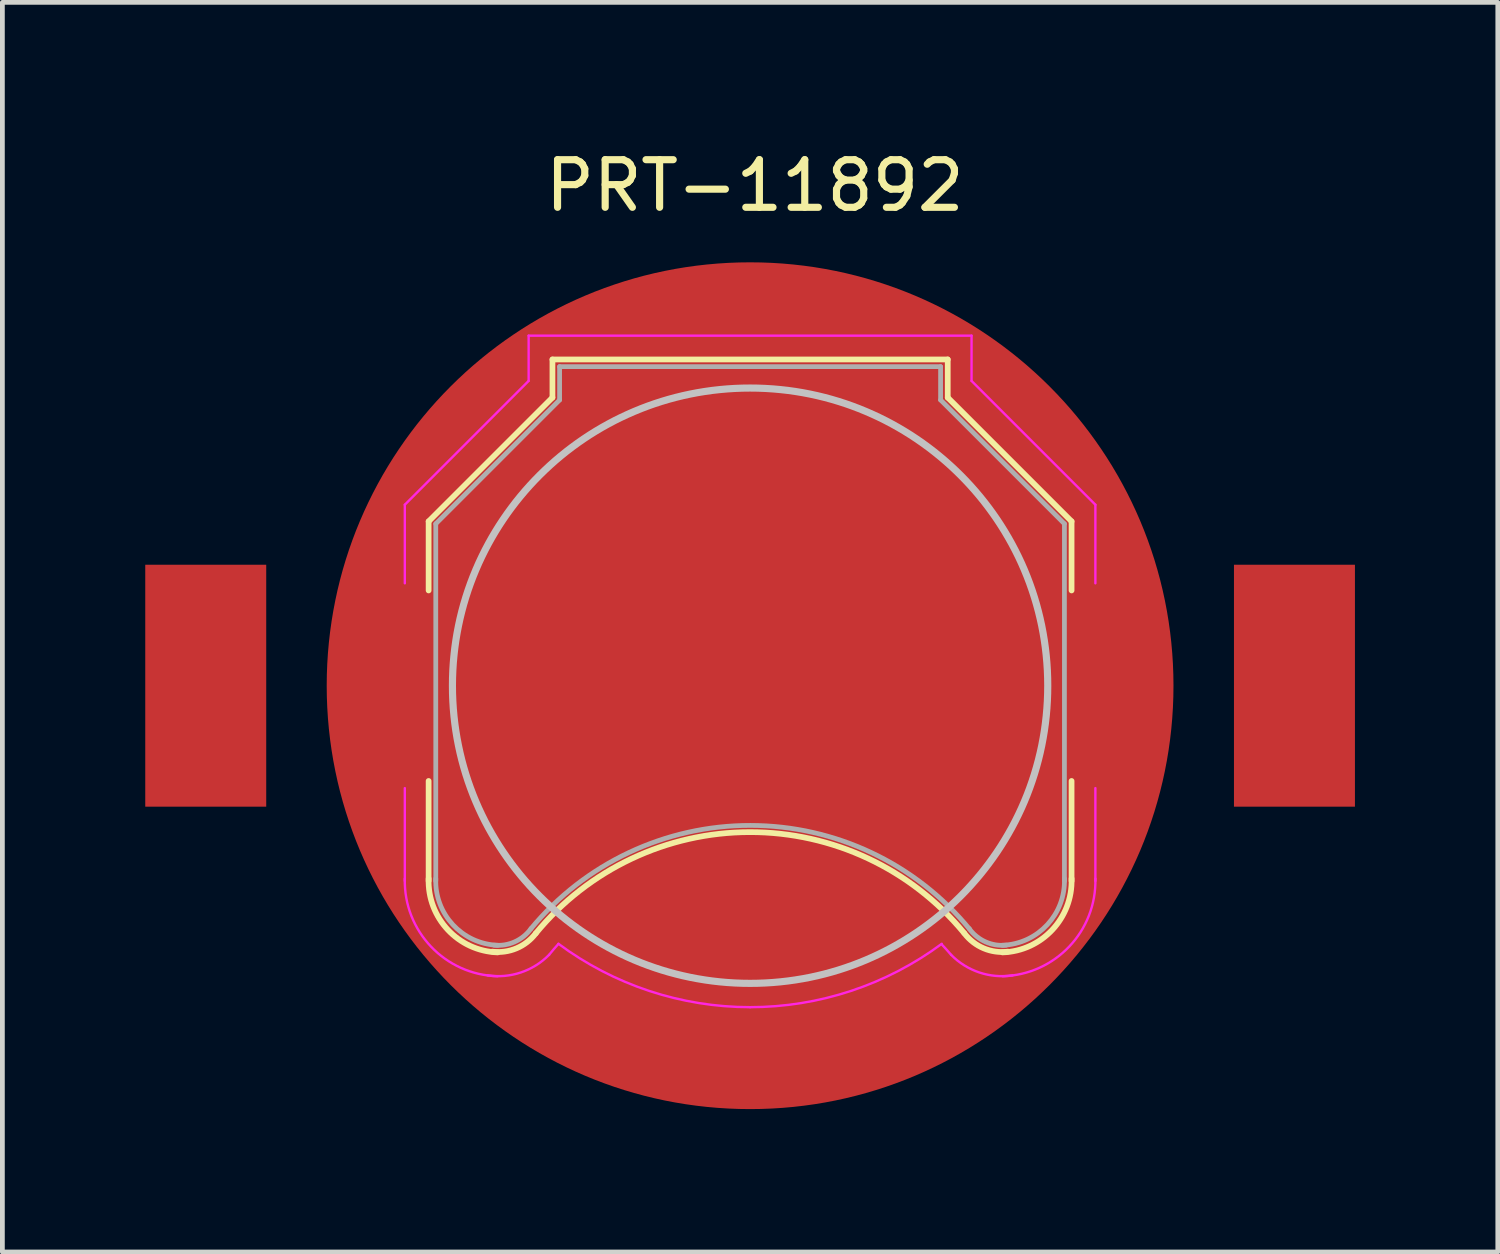
<source format=kicad_pcb>
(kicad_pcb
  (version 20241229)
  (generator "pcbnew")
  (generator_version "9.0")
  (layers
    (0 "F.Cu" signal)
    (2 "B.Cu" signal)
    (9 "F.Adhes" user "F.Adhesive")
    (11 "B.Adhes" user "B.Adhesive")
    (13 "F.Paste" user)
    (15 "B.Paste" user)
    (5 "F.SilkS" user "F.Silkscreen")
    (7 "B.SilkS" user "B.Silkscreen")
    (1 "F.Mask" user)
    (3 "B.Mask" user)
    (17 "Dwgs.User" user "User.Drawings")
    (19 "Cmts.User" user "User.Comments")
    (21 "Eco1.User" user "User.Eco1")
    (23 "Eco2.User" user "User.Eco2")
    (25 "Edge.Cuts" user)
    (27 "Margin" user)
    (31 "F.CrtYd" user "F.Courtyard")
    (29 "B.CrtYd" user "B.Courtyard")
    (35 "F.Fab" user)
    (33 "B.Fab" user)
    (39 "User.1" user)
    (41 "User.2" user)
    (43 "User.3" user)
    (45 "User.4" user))
  (footprint "PRT-11892"
    (layer "F.Cu")
    (at 12.7 11.348)
    (property "Reference" "PRT-11892" (at 0.1 -10.5 0) (layer "F.SilkS") (effects (font (size 1 1) (thickness 0.15))))
    (attr smd)
    (fp_line (start -6.75 -3.45) (end -4.15 -6.05) (stroke (width 0.12) (type solid)) (layer "F.SilkS"))
    (fp_line (start -6.75 -2) (end -6.75 -3.45) (stroke (width 0.12) (type solid)) (layer "F.SilkS"))
    (fp_line (start -6.75 2) (end -6.75 4.1) (stroke (width 0.12) (type solid)) (layer "F.SilkS"))
    (fp_line (start -4.15 -6.85) (end 4.15 -6.85) (stroke (width 0.12) (type solid)) (layer "F.SilkS"))
    (fp_line (start -4.15 -6.05) (end -4.15 -6.85) (stroke (width 0.12) (type solid)) (layer "F.SilkS"))
    (fp_line (start 4.15 -6.85) (end 4.15 -6.05) (stroke (width 0.12) (type solid)) (layer "F.SilkS"))
    (fp_line (start 4.15 -6.05) (end 6.75 -3.45) (stroke (width 0.12) (type solid)) (layer "F.SilkS"))
    (fp_line (start 6.75 -3.45) (end 6.75 -2) (stroke (width 0.12) (type solid)) (layer "F.SilkS"))
    (fp_line (start 6.75 2) (end 6.75 4.1) (stroke (width 0.12) (type solid)) (layer "F.SilkS"))
    (fp_arc (start -5.3 5.6) (mid -6.346016 5.125305) (end -6.75 4.05) (stroke (width 0.12) (type solid)) (layer "F.SilkS"))
    (fp_arc (start -4.5 5.2) (mid -4.90584 5.514615) (end -5.414615 5.58416) (stroke (width 0.12) (type solid)) (layer "F.SilkS"))
    (fp_arc (start -4.5 5.2) (mid -0.007341 3.0742) (end 4.490661 5.188671) (stroke (width 0.12) (type solid)) (layer "F.SilkS"))
    (fp_arc (start 5.414615 5.58416) (mid 4.90584 5.514615) (end 4.5 5.2) (stroke (width 0.12) (type solid)) (layer "F.SilkS"))
    (fp_arc (start 6.75 4.05) (mid 6.346016 5.125305) (end 5.3 5.6) (stroke (width 0.12) (type solid)) (layer "F.SilkS"))
    (fp_circle (center 0 0) (end 0 6.25) (stroke (width 0.15) (type solid)) (fill no) (layer "Dwgs.User"))
    (fp_line (start -7.25 -3.8) (end -4.65 -6.4) (stroke (width 0.05) (type solid)) (layer "F.CrtYd"))
    (fp_line (start -7.25 -2.15) (end -7.25 -3.8) (stroke (width 0.05) (type solid)) (layer "F.CrtYd"))
    (fp_line (start -7.25 2.15) (end -7.25 4.1) (stroke (width 0.05) (type solid)) (layer "F.CrtYd"))
    (fp_line (start -4.65 -7.35) (end 4.65 -7.35) (stroke (width 0.05) (type solid)) (layer "F.CrtYd"))
    (fp_line (start -4.65 -6.4) (end -4.65 -7.35) (stroke (width 0.05) (type solid)) (layer "F.CrtYd"))
    (fp_line (start 4.65 -6.4) (end 4.65 -7.35) (stroke (width 0.05) (type solid)) (layer "F.CrtYd"))
    (fp_line (start 7.25 -3.8) (end 4.65 -6.4) (stroke (width 0.05) (type solid)) (layer "F.CrtYd"))
    (fp_line (start 7.25 -2.15) (end 7.25 -3.8) (stroke (width 0.05) (type solid)) (layer "F.CrtYd"))
    (fp_line (start 7.25 2.15) (end 7.25 4.1) (stroke (width 0.05) (type solid)) (layer "F.CrtYd"))
    (fp_arc (start -5.3 6.1) (mid -6.699569 5.478858) (end -7.25 4.05) (stroke (width 0.05) (type solid)) (layer "F.CrtYd"))
    (fp_arc (start -4.22 5.65) (mid -4.814553 6.021742) (end -5.513125 6.082436) (stroke (width 0.05) (type solid)) (layer "F.CrtYd"))
    (fp_arc (start -4.22 5.65) (mid -4.123743 5.534157) (end -4.024388 5.42096) (stroke (width 0.05) (type solid)) (layer "F.CrtYd"))
    (fp_arc (start 0 6.75) (mid -2.119449 6.408622) (end -4.024518 5.419018) (stroke (width 0.05) (type solid)) (layer "F.CrtYd"))
    (fp_arc (start 4.024518 5.419018) (mid 2.119449 6.408622) (end 0 6.75) (stroke (width 0.05) (type solid)) (layer "F.CrtYd"))
    (fp_arc (start 4.02471 5.432858) (mid 4.123824 5.540108) (end 4.22 5.65) (stroke (width 0.05) (type solid)) (layer "F.CrtYd"))
    (fp_arc (start 5.513125 6.082436) (mid 4.814553 6.021742) (end 4.22 5.65) (stroke (width 0.05) (type solid)) (layer "F.CrtYd"))
    (fp_arc (start 7.25 4.05) (mid 6.699569 5.478858) (end 5.3 6.1) (stroke (width 0.05) (type solid)) (layer "F.CrtYd"))
    (fp_line (start -6.6 -3.4) (end -6.6 4.1) (stroke (width 0.1) (type solid)) (layer "F.Fab"))
    (fp_line (start -4 -6.7) (end -4 -6) (stroke (width 0.1) (type solid)) (layer "F.Fab"))
    (fp_line (start -4 -6.7) (end 4 -6.7) (stroke (width 0.1) (type solid)) (layer "F.Fab"))
    (fp_line (start -4 -6) (end -6.6 -3.4) (stroke (width 0.1) (type solid)) (layer "F.Fab"))
    (fp_line (start 4 -6.7) (end 4 -6) (stroke (width 0.1) (type solid)) (layer "F.Fab"))
    (fp_line (start 4 -6) (end 6.6 -3.4) (stroke (width 0.1) (type solid)) (layer "F.Fab"))
    (fp_line (start 6.6 -3.4) (end 6.6 4.1) (stroke (width 0.1) (type solid)) (layer "F.Fab"))
    (fp_arc (start -5.3 5.45) (mid -6.239949 5.019239) (end -6.6 4.05) (stroke (width 0.1) (type solid)) (layer "F.Fab"))
    (fp_arc (start -4.6 5.1) (mid -4.942443 5.378013) (end -5.378013 5.447558) (stroke (width 0.1) (type solid)) (layer "F.Fab"))
    (fp_arc (start -4.6 5.1) (mid 0.006214 2.93343) (end 4.607905 5.109589) (stroke (width 0.1) (type solid)) (layer "F.Fab"))
    (fp_arc (start 5.378013 5.447558) (mid 4.942442 5.378013) (end 4.6 5.1) (stroke (width 0.1) (type solid)) (layer "F.Fab"))
    (fp_arc (start 6.6 4.05) (mid 6.239949 5.019239) (end 5.3 5.45) (stroke (width 0.1) (type solid)) (layer "F.Fab"))
    (pad "1" smd rect (at -11.43 0) (size 2.54 5.08) (layers "F.Cu" "F.Mask" "F.Paste"))
    (pad "1" smd rect (at 11.43 0) (size 2.54 5.08) (layers "F.Cu" "F.Mask" "F.Paste"))
    (pad "2" smd circle (at 0 0) (size 17.78 17.78) (layers "F.Cu" "F.Mask")))
  (gr_rect
    (start -3 -3)
    (end 28.4 23.238)
    (stroke (width 0.1) (type default))
    (fill no)
    (layer "Edge.Cuts")))
</source>
